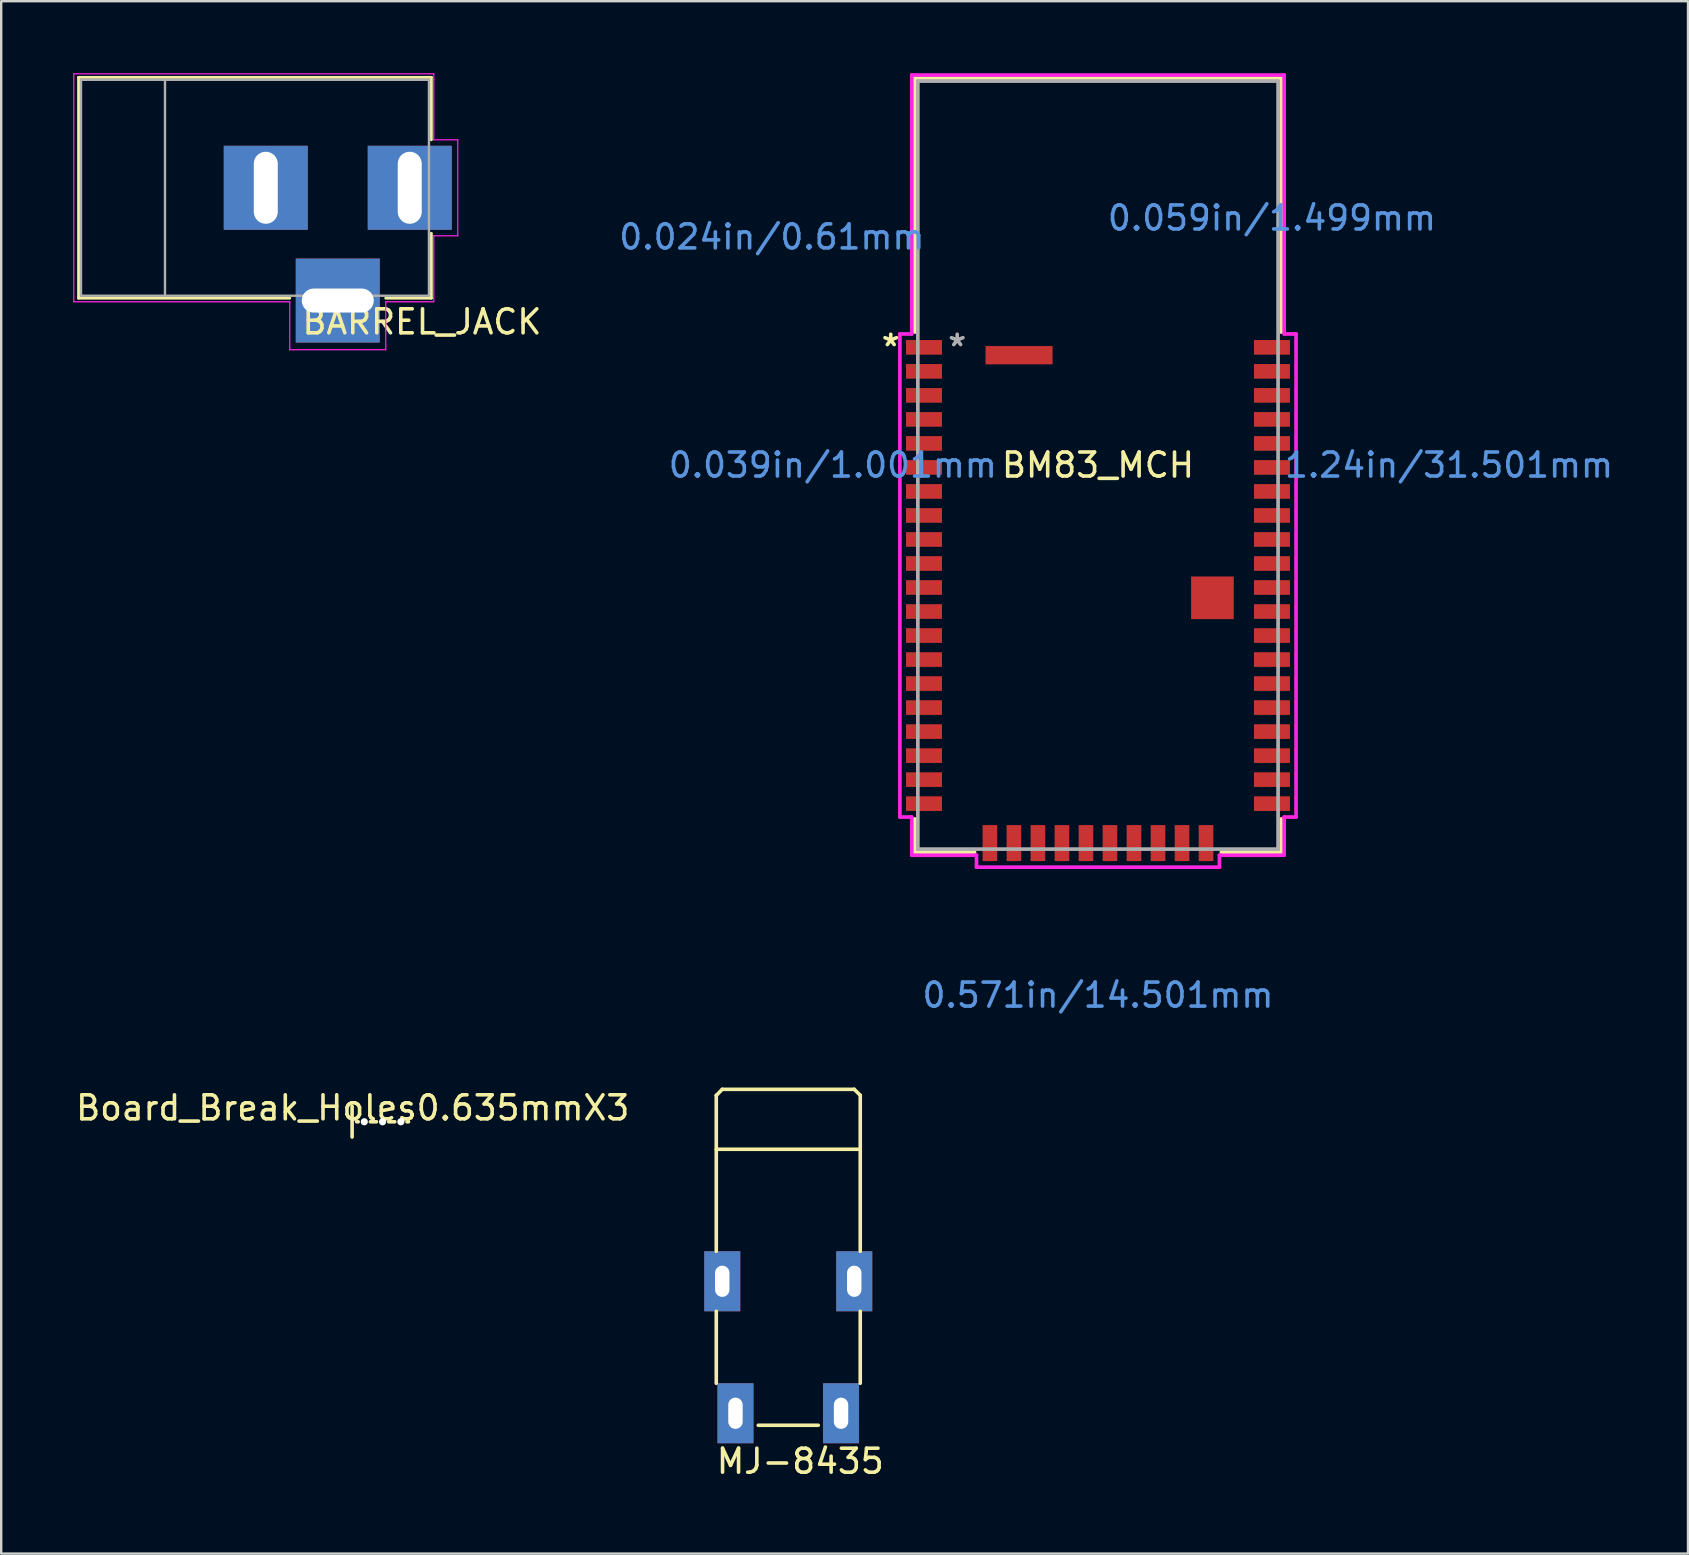
<source format=kicad_pcb>
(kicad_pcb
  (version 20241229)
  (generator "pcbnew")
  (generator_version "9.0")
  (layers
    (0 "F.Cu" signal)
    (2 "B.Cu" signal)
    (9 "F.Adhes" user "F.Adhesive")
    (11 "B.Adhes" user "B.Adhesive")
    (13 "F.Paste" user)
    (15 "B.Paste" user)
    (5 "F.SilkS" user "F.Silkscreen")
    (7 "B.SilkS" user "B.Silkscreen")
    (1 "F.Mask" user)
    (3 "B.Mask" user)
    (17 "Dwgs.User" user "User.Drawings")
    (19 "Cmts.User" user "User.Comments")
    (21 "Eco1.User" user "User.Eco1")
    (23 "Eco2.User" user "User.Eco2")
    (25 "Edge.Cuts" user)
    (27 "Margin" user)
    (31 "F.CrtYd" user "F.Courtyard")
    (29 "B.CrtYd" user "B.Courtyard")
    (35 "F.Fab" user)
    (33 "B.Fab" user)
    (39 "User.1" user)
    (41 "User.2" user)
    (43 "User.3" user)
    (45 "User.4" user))
  (footprint "BARREL_JACK"
    (layer "F.Cu")
    (at 14.025 4.775)
    (property "Reference" "BARREL_JACK" (at 0.508 5.588 180) (layer "F.SilkS") (effects (font (size 1 1) (thickness 0.15))))
    (attr through_hole)
    (fp_line (start -13.8 -4.6) (end 0.9 -4.6) (stroke (width 0.12) (type solid)) (layer "F.SilkS"))
    (fp_line (start -13.8 4.6) (end -13.8 -4.6) (stroke (width 0.12) (type solid)) (layer "F.SilkS"))
    (fp_line (start -5 4.6) (end -13.8 4.6) (stroke (width 0.12) (type solid)) (layer "F.SilkS"))
    (fp_line (start 0.9 -4.6) (end 0.9 -2) (stroke (width 0.12) (type solid)) (layer "F.SilkS"))
    (fp_line (start 0.9 1.9) (end 0.9 4.6) (stroke (width 0.12) (type solid)) (layer "F.SilkS"))
    (fp_line (start 0.9 4.6) (end -1 4.6) (stroke (width 0.12) (type solid)) (layer "F.SilkS"))
    (fp_line (start -14 4.75) (end -14 -4.75) (stroke (width 0.05) (type solid)) (layer "F.CrtYd"))
    (fp_line (start -5 4.75) (end -14 4.75) (stroke (width 0.05) (type solid)) (layer "F.CrtYd"))
    (fp_line (start -5 6.75) (end -5 4.75) (stroke (width 0.05) (type solid)) (layer "F.CrtYd"))
    (fp_line (start -1 4.75) (end -1 6.75) (stroke (width 0.05) (type solid)) (layer "F.CrtYd"))
    (fp_line (start -1 6.75) (end -5 6.75) (stroke (width 0.05) (type solid)) (layer "F.CrtYd"))
    (fp_line (start 1 -4.75) (end -14 -4.75) (stroke (width 0.05) (type solid)) (layer "F.CrtYd"))
    (fp_line (start 1 -4.5) (end 1 -4.75) (stroke (width 0.05) (type solid)) (layer "F.CrtYd"))
    (fp_line (start 1 -4.5) (end 1 -2) (stroke (width 0.05) (type solid)) (layer "F.CrtYd"))
    (fp_line (start 1 -2) (end 2 -2) (stroke (width 0.05) (type solid)) (layer "F.CrtYd"))
    (fp_line (start 1 2) (end 1 4.75) (stroke (width 0.05) (type solid)) (layer "F.CrtYd"))
    (fp_line (start 1 4.75) (end -1 4.75) (stroke (width 0.05) (type solid)) (layer "F.CrtYd"))
    (fp_line (start 2 -2) (end 2 2) (stroke (width 0.05) (type solid)) (layer "F.CrtYd"))
    (fp_line (start 2 2) (end 1 2) (stroke (width 0.05) (type solid)) (layer "F.CrtYd"))
    (fp_line (start -13.7 -4.5) (end -13.7 4.5) (stroke (width 0.1) (type solid)) (layer "F.Fab"))
    (fp_line (start -13.7 4.5) (end 0.8 4.5) (stroke (width 0.1) (type solid)) (layer "F.Fab"))
    (fp_line (start -10.2 -4.5) (end -10.2 4.5) (stroke (width 0.1) (type solid)) (layer "F.Fab"))
    (fp_line (start 0.8 -4.5) (end -13.7 -4.5) (stroke (width 0.1) (type solid)) (layer "F.Fab"))
    (fp_line (start 0.8 4.5) (end 0.8 -4.5) (stroke (width 0.1) (type solid)) (layer "F.Fab"))
    (pad "1" thru_hole rect (at 0 0) (size 3.5 3.5) (drill oval 1 3) (layers "*.Cu" "*.Mask"))
    (pad "2" thru_hole rect (at -6 0) (size 3.5 3.5) (drill oval 1 3) (layers "*.Cu" "*.Mask"))
    (pad "3" thru_hole rect (at -3 4.7) (size 3.5 3.5) (drill oval 3 1) (layers "*.Cu" "*.Mask")))
  (footprint "MJ-8435"
    (layer "F.Cu")
    (at 29.798 55.843)
    (property "Reference" "MJ-8435" (at 0.5 2 0) (layer "F.SilkS") (effects (font (size 1 1) (thickness 0.15))))
    (attr through_hole)
    (fp_line (start -3 -13.25) (end -3 -6.75) (stroke (width 0.15) (type solid)) (layer "F.SilkS"))
    (fp_line (start -3 -11) (end 3 -11) (stroke (width 0.15) (type solid)) (layer "F.SilkS"))
    (fp_line (start -3 -1.25) (end -3 -4.25) (stroke (width 0.15) (type solid)) (layer "F.SilkS"))
    (fp_line (start -2.75 -13.5) (end -3 -13.242) (stroke (width 0.15) (type solid)) (layer "F.SilkS"))
    (fp_line (start -2.75 -13.5) (end 2.75 -13.5) (stroke (width 0.15) (type solid)) (layer "F.SilkS"))
    (fp_line (start 1.25 0.5) (end -1.25 0.5) (stroke (width 0.15) (type solid)) (layer "F.SilkS"))
    (fp_line (start 3 -13.25) (end 2.75 -13.5) (stroke (width 0.15) (type solid)) (layer "F.SilkS"))
    (fp_line (start 3 -13.25) (end 3 -6.75) (stroke (width 0.15) (type solid)) (layer "F.SilkS"))
    (fp_line (start 3 -4.25) (end 3 -1.25) (stroke (width 0.15) (type solid)) (layer "F.SilkS"))
    (pad "R" thru_hole rect (at 2.2 0) (size 1.5 2.5) (drill oval 0.6 1.3) (layers "*.Cu" "*.Mask"))
    (pad "S" thru_hole rect (at -2.2 0) (size 1.5 2.5) (drill oval 0.6 1.3) (layers "*.Cu" "*.Mask"))
    (pad "T" thru_hole rect (at -2.75 -5.5) (size 1.5 2.5) (drill oval 0.6 1.3) (layers "*.Cu" "*.Mask"))
    (pad "T" thru_hole rect (at 2.75 -5.5) (size 1.5 2.5) (drill oval 0.6 1.3) (layers "*.Cu" "*.Mask")))
  (footprint "Board_Break_Holes0.635mmX3"
    (layer "F.Cu")
    (at 11.623 43.696)
    (property "Reference" "Board_Break_Holes0.635mmX3" (at 0.025 -0.579 0) (layer "F.SilkS") (effects (font (size 1 1) (thickness 0.15))))
    (attr through_hole)
    (fp_line (start 0 -0.635) (end 0 0.635) (stroke (width 0.15) (type solid)) (layer "F.SilkS"))
    (fp_line (start 0.254 0) (end 0.191 0) (stroke (width 0.15) (type solid)) (layer "F.SilkS"))
    (fp_line (start 0.762 0) (end 1.016 0) (stroke (width 0.15) (type solid)) (layer "F.SilkS"))
    (fp_line (start 1.524 0) (end 1.778 0) (stroke (width 0.15) (type solid)) (layer "F.SilkS"))
    (fp_line (start 2.349 0) (end 2.286 0) (stroke (width 0.15) (type solid)) (layer "F.SilkS"))
    (pad "" np_thru_hole circle (at 0.508 0) (size 0.3 0.3) (drill 0.3) (layers "*.Mask" "B.Cu"))
    (pad "" np_thru_hole circle (at 1.27 0) (size 0.3 0.3) (drill 0.3) (layers "*.Mask" "B.Cu"))
    (pad "" np_thru_hole circle (at 2.032 0) (size 0.3 0.3) (drill 0.3) (layers "*.Mask" "B.Cu")))
  (footprint "BM83_MCH"
    (layer "F.Cu")
    (at 42.704 16.332)
    (property "Reference" "BM83_MCH" (at 0 0 0) (layer "F.SilkS") (effects (font (size 1 1) (thickness 0.15))))
    (attr through_hole)
    (fp_line (start -7.633 -16.129) (end 7.633 -16.129) (stroke (width 0.152) (type solid)) (layer "F.SilkS"))
    (fp_line (start -7.633 -5.545) (end -7.633 -16.129) (stroke (width 0.152) (type solid)) (layer "F.SilkS"))
    (fp_line (start -7.633 16.129) (end -7.633 14.745) (stroke (width 0.152) (type solid)) (layer "F.SilkS"))
    (fp_line (start -5.141 16.129) (end -7.633 16.129) (stroke (width 0.152) (type solid)) (layer "F.SilkS"))
    (fp_line (start 7.633 -16.129) (end 7.633 -5.545) (stroke (width 0.152) (type solid)) (layer "F.SilkS"))
    (fp_line (start 7.633 14.745) (end 7.633 16.129) (stroke (width 0.152) (type solid)) (layer "F.SilkS"))
    (fp_line (start 7.633 16.129) (end 5.141 16.129) (stroke (width 0.152) (type solid)) (layer "F.SilkS"))
    (fp_line (start -8.254 -5.466) (end -8.254 14.666) (stroke (width 0.152) (type solid)) (layer "F.CrtYd"))
    (fp_line (start -8.254 14.666) (end -7.76 14.666) (stroke (width 0.152) (type solid)) (layer "F.CrtYd"))
    (fp_line (start -7.76 -16.256) (end -7.76 -5.466) (stroke (width 0.152) (type solid)) (layer "F.CrtYd"))
    (fp_line (start -7.76 -5.466) (end -8.254 -5.466) (stroke (width 0.152) (type solid)) (layer "F.CrtYd"))
    (fp_line (start -7.76 14.666) (end -7.76 16.256) (stroke (width 0.152) (type solid)) (layer "F.CrtYd"))
    (fp_line (start -7.76 16.256) (end -5.062 16.256) (stroke (width 0.152) (type solid)) (layer "F.CrtYd"))
    (fp_line (start -5.062 16.256) (end -5.062 16.754) (stroke (width 0.152) (type solid)) (layer "F.CrtYd"))
    (fp_line (start -5.062 16.754) (end 5.062 16.754) (stroke (width 0.152) (type solid)) (layer "F.CrtYd"))
    (fp_line (start 5.062 16.256) (end 7.76 16.256) (stroke (width 0.152) (type solid)) (layer "F.CrtYd"))
    (fp_line (start 5.062 16.754) (end 5.062 16.256) (stroke (width 0.152) (type solid)) (layer "F.CrtYd"))
    (fp_line (start 7.76 -16.256) (end -7.76 -16.256) (stroke (width 0.152) (type solid)) (layer "F.CrtYd"))
    (fp_line (start 7.76 -5.466) (end 7.76 -16.256) (stroke (width 0.152) (type solid)) (layer "F.CrtYd"))
    (fp_line (start 7.76 14.666) (end 8.254 14.666) (stroke (width 0.152) (type solid)) (layer "F.CrtYd"))
    (fp_line (start 7.76 16.256) (end 7.76 14.666) (stroke (width 0.152) (type solid)) (layer "F.CrtYd"))
    (fp_line (start 8.254 -5.466) (end 7.76 -5.466) (stroke (width 0.152) (type solid)) (layer "F.CrtYd"))
    (fp_line (start 8.254 14.666) (end 8.254 -5.466) (stroke (width 0.152) (type solid)) (layer "F.CrtYd"))
    (fp_line (start -7.506 -16.002) (end -7.506 16.002) (stroke (width 0.152) (type solid)) (layer "F.Fab"))
    (fp_line (start -7.506 16.002) (end 7.506 16.002) (stroke (width 0.152) (type solid)) (layer "F.Fab"))
    (fp_line (start 7.506 -16.002) (end -7.506 -16.002) (stroke (width 0.152) (type solid)) (layer "F.Fab"))
    (fp_line (start 7.506 16.002) (end 7.506 -16.002) (stroke (width 0.152) (type solid)) (layer "F.Fab"))
    (fp_text user "*" (at -8.635 -4.907 0) (layer "F.SilkS") (effects (font (size 1 1) (thickness 0.15))))
    (fp_text user "0.059in/1.499mm" (at 7.25 -10.298 0) (layer "Cmts.User") (effects (font (size 1 1) (thickness 0.15))))
    (fp_text user "0.571in/14.501mm" (at 0 22.088 0) (layer "Cmts.User") (effects (font (size 1 1) (thickness 0.15))))
    (fp_text user "1.24in/31.501mm" (at 14.629 0 0) (layer "Cmts.User") (effects (font (size 1 1) (thickness 0.15))))
    (fp_text user "0.024in/0.61mm" (at -13.588 -9.507 0) (layer "Cmts.User") (effects (font (size 1 1) (thickness 0.15))))
    (fp_text user "0.039in/1.001mm" (at -11.048 0 0) (layer "Cmts.User") (effects (font (size 1 1) (thickness 0.15))))
    (fp_text user "Copyright 2016 Accelerated Designs. All rights reserved." (at 0 0 0) (layer "Cmts.User") (effects (font (size 0.127 0.127) (thickness 0.002))))
    (fp_text user "*" (at -5.866 -4.907 0) (layer "F.Fab") (effects (font (size 1 1) (thickness 0.15))))
    (pad "1" smd rect (at -7.25 -4.907) (size 1.499 0.61) (layers "F.Cu" "F.Mask" "F.Paste"))
    (pad "2" smd rect (at -7.25 -3.907) (size 1.499 0.61) (layers "F.Cu" "F.Mask" "F.Paste"))
    (pad "3" smd rect (at -7.25 -2.906) (size 1.499 0.61) (layers "F.Cu" "F.Mask" "F.Paste"))
    (pad "4" smd rect (at -7.25 -1.905) (size 1.499 0.61) (layers "F.Cu" "F.Mask" "F.Paste"))
    (pad "5" smd rect (at -7.25 -0.904) (size 1.499 0.61) (layers "F.Cu" "F.Mask" "F.Paste"))
    (pad "6" smd rect (at -7.25 0.097) (size 1.499 0.61) (layers "F.Cu" "F.Mask" "F.Paste"))
    (pad "7" smd rect (at -7.25 1.097) (size 1.499 0.61) (layers "F.Cu" "F.Mask" "F.Paste"))
    (pad "8" smd rect (at -7.25 2.098) (size 1.499 0.61) (layers "F.Cu" "F.Mask" "F.Paste"))
    (pad "9" smd rect (at -7.25 3.099) (size 1.499 0.61) (layers "F.Cu" "F.Mask" "F.Paste"))
    (pad "10" smd rect (at -7.25 4.1) (size 1.499 0.61) (layers "F.Cu" "F.Mask" "F.Paste"))
    (pad "11" smd rect (at -7.25 5.1) (size 1.499 0.61) (layers "F.Cu" "F.Mask" "F.Paste"))
    (pad "12" smd rect (at -7.25 6.101) (size 1.499 0.61) (layers "F.Cu" "F.Mask" "F.Paste"))
    (pad "13" smd rect (at -7.25 7.102) (size 1.499 0.61) (layers "F.Cu" "F.Mask" "F.Paste"))
    (pad "14" smd rect (at -7.25 8.103) (size 1.499 0.61) (layers "F.Cu" "F.Mask" "F.Paste"))
    (pad "15" smd rect (at -7.25 9.103) (size 1.499 0.61) (layers "F.Cu" "F.Mask" "F.Paste"))
    (pad "16" smd rect (at -7.25 10.104) (size 1.499 0.61) (layers "F.Cu" "F.Mask" "F.Paste"))
    (pad "17" smd rect (at -7.25 11.105) (size 1.499 0.61) (layers "F.Cu" "F.Mask" "F.Paste"))
    (pad "18" smd rect (at -7.25 12.106) (size 1.499 0.61) (layers "F.Cu" "F.Mask" "F.Paste"))
    (pad "19" smd rect (at -7.25 13.106) (size 1.499 0.61) (layers "F.Cu" "F.Mask" "F.Paste"))
    (pad "20" smd rect (at -7.25 14.107) (size 1.499 0.61) (layers "F.Cu" "F.Mask" "F.Paste"))
    (pad "21" smd rect (at -4.503 15.751 90) (size 1.499 0.61) (layers "F.Cu" "F.Mask" "F.Paste"))
    (pad "22" smd rect (at -3.503 15.751 90) (size 1.499 0.61) (layers "F.Cu" "F.Mask" "F.Paste"))
    (pad "23" smd rect (at -2.502 15.751 90) (size 1.499 0.61) (layers "F.Cu" "F.Mask" "F.Paste"))
    (pad "24" smd rect (at -1.501 15.751 90) (size 1.499 0.61) (layers "F.Cu" "F.Mask" "F.Paste"))
    (pad "25" smd rect (at -0.5 15.751 90) (size 1.499 0.61) (layers "F.Cu" "F.Mask" "F.Paste"))
    (pad "26" smd rect (at 0.5 15.751 90) (size 1.499 0.61) (layers "F.Cu" "F.Mask" "F.Paste"))
    (pad "27" smd rect (at 1.501 15.751 90) (size 1.499 0.61) (layers "F.Cu" "F.Mask" "F.Paste"))
    (pad "28" smd rect (at 2.502 15.751 90) (size 1.499 0.61) (layers "F.Cu" "F.Mask" "F.Paste"))
    (pad "29" smd rect (at 3.503 15.751 90) (size 1.499 0.61) (layers "F.Cu" "F.Mask" "F.Paste"))
    (pad "30" smd rect (at 4.503 15.751 90) (size 1.499 0.61) (layers "F.Cu" "F.Mask" "F.Paste"))
    (pad "31" smd rect (at 7.25 14.107) (size 1.499 0.61) (layers "F.Cu" "F.Mask" "F.Paste"))
    (pad "32" smd rect (at 7.25 13.106) (size 1.499 0.61) (layers "F.Cu" "F.Mask" "F.Paste"))
    (pad "33" smd rect (at 7.25 12.106) (size 1.499 0.61) (layers "F.Cu" "F.Mask" "F.Paste"))
    (pad "34" smd rect (at 7.25 11.105) (size 1.499 0.61) (layers "F.Cu" "F.Mask" "F.Paste"))
    (pad "35" smd rect (at 7.25 10.104) (size 1.499 0.61) (layers "F.Cu" "F.Mask" "F.Paste"))
    (pad "36" smd rect (at 7.25 9.103) (size 1.499 0.61) (layers "F.Cu" "F.Mask" "F.Paste"))
    (pad "37" smd rect (at 7.25 8.103) (size 1.499 0.61) (layers "F.Cu" "F.Mask" "F.Paste"))
    (pad "38" smd rect (at 7.25 7.102) (size 1.499 0.61) (layers "F.Cu" "F.Mask" "F.Paste"))
    (pad "39" smd rect (at 7.25 6.101) (size 1.499 0.61) (layers "F.Cu" "F.Mask" "F.Paste"))
    (pad "40" smd rect (at 7.25 5.1) (size 1.499 0.61) (layers "F.Cu" "F.Mask" "F.Paste"))
    (pad "41" smd rect (at 7.25 4.1) (size 1.499 0.61) (layers "F.Cu" "F.Mask" "F.Paste"))
    (pad "42" smd rect (at 7.25 3.099) (size 1.499 0.61) (layers "F.Cu" "F.Mask" "F.Paste"))
    (pad "43" smd rect (at 7.25 2.098) (size 1.499 0.61) (layers "F.Cu" "F.Mask" "F.Paste"))
    (pad "44" smd rect (at 7.25 1.097) (size 1.499 0.61) (layers "F.Cu" "F.Mask" "F.Paste"))
    (pad "45" smd rect (at 7.25 0.097) (size 1.499 0.61) (layers "F.Cu" "F.Mask" "F.Paste"))
    (pad "46" smd rect (at 7.25 -0.904) (size 1.499 0.61) (layers "F.Cu" "F.Mask" "F.Paste"))
    (pad "47" smd rect (at 7.25 -1.905) (size 1.499 0.61) (layers "F.Cu" "F.Mask" "F.Paste"))
    (pad "48" smd rect (at 7.25 -2.906) (size 1.499 0.61) (layers "F.Cu" "F.Mask" "F.Paste"))
    (pad "49" smd rect (at 7.25 -3.907) (size 1.499 0.61) (layers "F.Cu" "F.Mask" "F.Paste"))
    (pad "50" smd rect (at 7.25 -4.907) (size 1.499 0.61) (layers "F.Cu" "F.Mask" "F.Paste"))
    (pad "56" smd rect (at 4.77 5.53) (size 1.778 1.778) (layers "F.Cu" "F.Mask" "F.Paste"))
    (pad "57" smd rect (at -3.289 -4.58) (size 2.794 0.762) (layers "F.Cu" "F.Mask" "F.Paste")))
  (gr_rect
    (start -3 -3)
    (end 67.292 61.692)
    (stroke (width 0.1) (type default))
    (fill no)
    (layer "Edge.Cuts")))
</source>
